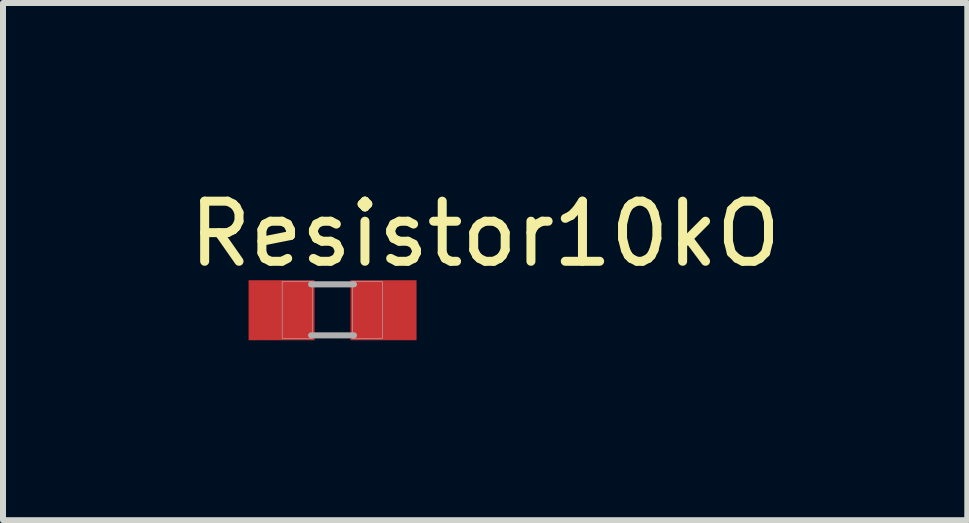
<source format=kicad_pcb>
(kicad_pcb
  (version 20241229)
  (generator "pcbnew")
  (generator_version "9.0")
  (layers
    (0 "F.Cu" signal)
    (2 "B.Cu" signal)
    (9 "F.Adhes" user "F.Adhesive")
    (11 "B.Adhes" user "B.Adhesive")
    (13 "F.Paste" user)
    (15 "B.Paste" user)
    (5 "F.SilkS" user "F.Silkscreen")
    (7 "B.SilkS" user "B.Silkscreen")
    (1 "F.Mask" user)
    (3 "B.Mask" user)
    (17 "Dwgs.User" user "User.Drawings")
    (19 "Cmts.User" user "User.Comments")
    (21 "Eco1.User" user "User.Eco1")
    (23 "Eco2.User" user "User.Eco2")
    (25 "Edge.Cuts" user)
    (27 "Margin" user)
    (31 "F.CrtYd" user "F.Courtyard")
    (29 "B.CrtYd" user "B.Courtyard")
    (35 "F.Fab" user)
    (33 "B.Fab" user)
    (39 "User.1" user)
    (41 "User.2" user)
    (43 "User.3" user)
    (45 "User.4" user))
  (footprint "Resistor10kO"
    (layer "F.Cu")
    (at 2.494 2.122)
    (property "Reference" "Resistor10kO" (at 2.544 -1.272 0) (layer "F.SilkS") (effects (font (size 1.002 1.002) (thickness 0.15))))
    (attr smd)
    (fp_line (start -0.356 -0.432) (end 0.356 -0.432) (stroke (width 0.102) (type solid)) (layer "F.Fab"))
    (fp_line (start -0.356 0.419) (end 0.356 0.419) (stroke (width 0.102) (type solid)) (layer "F.Fab"))
    (fp_poly (pts (xy -0.84 -0.48) (xy -0.338 -0.48) (xy -0.338 0.471) (xy -0.84 0.471)) (stroke (width 0.01) (type solid)) (fill no) (layer "F.Fab"))
    (fp_poly (pts (xy 0.331 -0.48) (xy 0.83 -0.48) (xy 0.83 0.471) (xy 0.331 0.471)) (stroke (width 0.01) (type solid)) (fill no) (layer "F.Fab"))
    (pad "1" smd rect (at -0.85 0) (size 1.1 1) (layers "F.Cu" "F.Mask" "F.Paste"))
    (pad "2" smd rect (at 0.85 0) (size 1.1 1) (layers "F.Cu" "F.Mask" "F.Paste")))
  (gr_rect
    (start -3 -3)
    (end 13.076 5.622)
    (stroke (width 0.1) (type default))
    (fill no)
    (layer "Edge.Cuts")))
</source>
